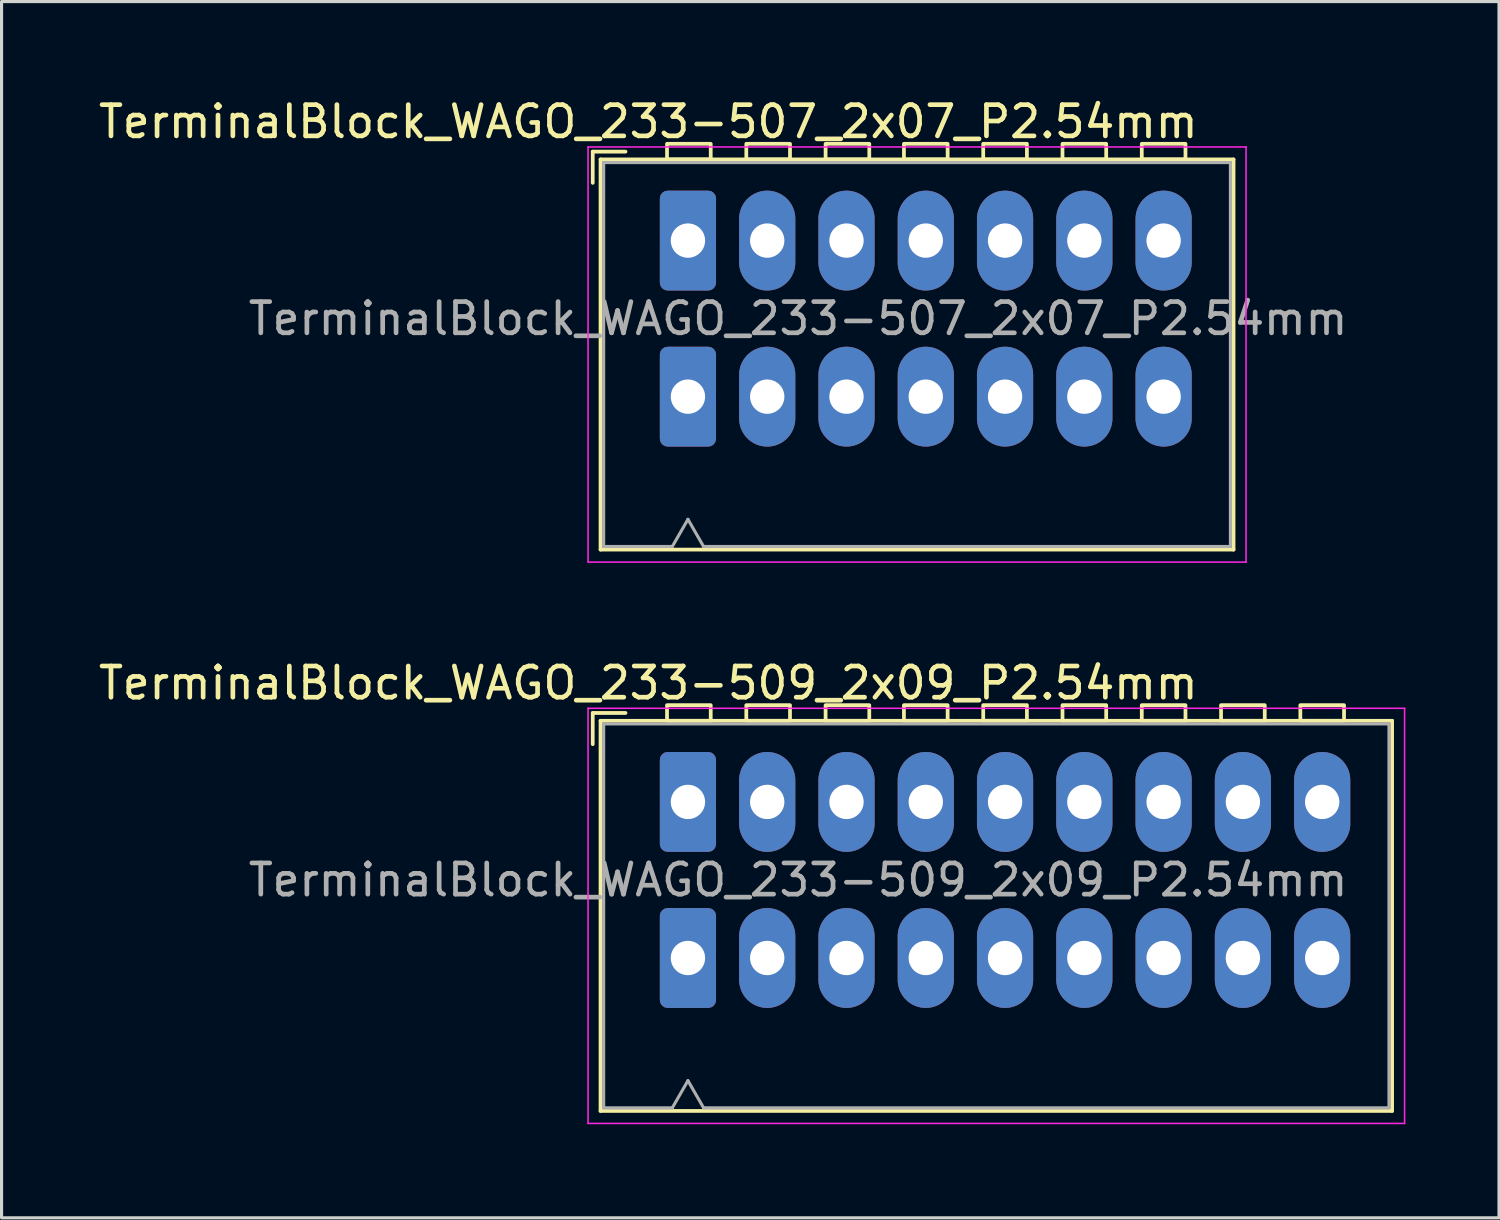
<source format=kicad_pcb>
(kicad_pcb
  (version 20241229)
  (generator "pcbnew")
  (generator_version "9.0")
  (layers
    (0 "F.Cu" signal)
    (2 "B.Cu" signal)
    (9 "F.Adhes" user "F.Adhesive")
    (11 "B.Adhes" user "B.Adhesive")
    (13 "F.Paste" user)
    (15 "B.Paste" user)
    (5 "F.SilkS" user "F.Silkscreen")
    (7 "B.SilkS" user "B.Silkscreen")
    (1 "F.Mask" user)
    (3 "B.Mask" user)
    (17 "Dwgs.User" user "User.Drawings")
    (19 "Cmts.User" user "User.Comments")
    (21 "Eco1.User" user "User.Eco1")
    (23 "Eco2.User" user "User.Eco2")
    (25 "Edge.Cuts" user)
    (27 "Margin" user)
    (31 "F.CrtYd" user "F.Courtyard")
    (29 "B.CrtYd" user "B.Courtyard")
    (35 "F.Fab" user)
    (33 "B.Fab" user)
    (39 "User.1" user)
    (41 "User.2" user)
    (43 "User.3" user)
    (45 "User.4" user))
  (footprint "TerminalBlock_WAGO_233-507_2x07_P2.54mm"
    (layer "F.Cu")
    (at 18.99 4.658)
    (property "Reference" "TerminalBlock_WAGO_233-507_2x07_P2.54mm" (at -1.27 -3.81 0) (layer "F.SilkS") (effects (font (size 1 1) (thickness 0.15))))
    (attr through_hole)
    (fp_line (start -3.05 -2.85) (end -3.05 -1.85) (stroke (width 0.12) (type default)) (layer "F.SilkS"))
    (fp_line (start -3.05 -2.85) (end -2 -2.85) (stroke (width 0.12) (type default)) (layer "F.SilkS"))
    (fp_line (start -2.8 -2.6) (end 17.48 -2.6) (stroke (width 0.12) (type solid)) (layer "F.SilkS"))
    (fp_line (start -2.8 9.9) (end -2.8 -2.6) (stroke (width 0.12) (type solid)) (layer "F.SilkS"))
    (fp_line (start 17.48 -2.6) (end 17.48 9.9) (stroke (width 0.12) (type solid)) (layer "F.SilkS"))
    (fp_line (start 17.48 9.9) (end -2.8 9.9) (stroke (width 0.12) (type solid)) (layer "F.SilkS"))
    (fp_rect (start -0.67 -3.1) (end 0.73 -2.6) (stroke (width 0.12) (type default)) (fill no) (layer "F.SilkS"))
    (fp_rect (start 1.87 -3.1) (end 3.27 -2.6) (stroke (width 0.12) (type default)) (fill no) (layer "F.SilkS"))
    (fp_rect (start 4.41 -3.1) (end 5.81 -2.6) (stroke (width 0.12) (type default)) (fill no) (layer "F.SilkS"))
    (fp_rect (start 6.92 -3.1) (end 8.32 -2.6) (stroke (width 0.12) (type default)) (fill no) (layer "F.SilkS"))
    (fp_rect (start 9.46 -3.101) (end 10.86 -2.601) (stroke (width 0.12) (type default)) (fill no) (layer "F.SilkS"))
    (fp_rect (start 12 -3.101) (end 13.4 -2.601) (stroke (width 0.12) (type default)) (fill no) (layer "F.SilkS"))
    (fp_rect (start 14.54 -3.1) (end 15.94 -2.6) (stroke (width 0.12) (type default)) (fill no) (layer "F.SilkS"))
    (fp_line (start -3.2 -3) (end 17.88 -3) (stroke (width 0.05) (type solid)) (layer "F.CrtYd"))
    (fp_line (start -3.2 10.3) (end -3.2 -3) (stroke (width 0.05) (type solid)) (layer "F.CrtYd"))
    (fp_line (start 17.88 -3) (end 17.88 10.3) (stroke (width 0.05) (type solid)) (layer "F.CrtYd"))
    (fp_line (start 17.88 10.3) (end -3.2 10.3) (stroke (width 0.05) (type solid)) (layer "F.CrtYd"))
    (fp_line (start -2.7 -2.5) (end 17.38 -2.5) (stroke (width 0.1) (type default)) (layer "F.Fab"))
    (fp_line (start -2.7 9.8) (end -2.7 -2.5) (stroke (width 0.1) (type default)) (layer "F.Fab"))
    (fp_line (start -2.7 9.8) (end -0.5 9.8) (stroke (width 0.1) (type default)) (layer "F.Fab"))
    (fp_line (start 0 8.93) (end -0.5 9.8) (stroke (width 0.1) (type default)) (layer "F.Fab"))
    (fp_line (start 0.5 9.8) (end 0 8.93) (stroke (width 0.1) (type default)) (layer "F.Fab"))
    (fp_line (start 0.5 9.8) (end 17.38 9.8) (stroke (width 0.1) (type default)) (layer "F.Fab"))
    (fp_line (start 17.38 -2.5) (end 17.38 9.8) (stroke (width 0.1) (type default)) (layer "F.Fab"))
    (fp_text user "${REFERENCE}" (at 3.53 2.5 0) (layer "F.Fab") (effects (font (size 1 1) (thickness 0.15))))
    (pad "1" thru_hole roundrect (at 0 0) (size 1.8 3.2) (drill 1.1) (layers "*.Cu" "*.Mask") (roundrect_rratio 0.139))
    (pad "1" thru_hole roundrect (at 0 5) (size 1.8 3.2) (drill 1.1) (layers "*.Cu" "*.Mask") (roundrect_rratio 0.139))
    (pad "2" thru_hole oval (at 2.54 0) (size 1.8 3.2) (drill 1.1) (layers "*.Cu" "*.Mask"))
    (pad "2" thru_hole oval (at 2.54 5) (size 1.8 3.2) (drill 1.1) (layers "*.Cu" "*.Mask"))
    (pad "3" thru_hole oval (at 5.08 0) (size 1.8 3.2) (drill 1.1) (layers "*.Cu" "*.Mask"))
    (pad "3" thru_hole oval (at 5.08 5) (size 1.8 3.2) (drill 1.1) (layers "*.Cu" "*.Mask"))
    (pad "4" thru_hole oval (at 7.62 0) (size 1.8 3.2) (drill 1.1) (layers "*.Cu" "*.Mask"))
    (pad "4" thru_hole oval (at 7.62 5) (size 1.8 3.2) (drill 1.1) (layers "*.Cu" "*.Mask"))
    (pad "5" thru_hole oval (at 10.16 0) (size 1.8 3.2) (drill 1.1) (layers "*.Cu" "*.Mask"))
    (pad "5" thru_hole oval (at 10.16 5) (size 1.8 3.2) (drill 1.1) (layers "*.Cu" "*.Mask"))
    (pad "6" thru_hole oval (at 12.7 0) (size 1.8 3.2) (drill 1.1) (layers "*.Cu" "*.Mask"))
    (pad "6" thru_hole oval (at 12.7 5) (size 1.8 3.2) (drill 1.1) (layers "*.Cu" "*.Mask"))
    (pad "7" thru_hole oval (at 15.24 0) (size 1.8 3.2) (drill 1.1) (layers "*.Cu" "*.Mask"))
    (pad "7" thru_hole oval (at 15.24 5) (size 1.8 3.2) (drill 1.1) (layers "*.Cu" "*.Mask")))
  (footprint "TerminalBlock_WAGO_233-509_2x09_P2.54mm"
    (layer "F.Cu")
    (at 18.99 22.642)
    (property "Reference" "TerminalBlock_WAGO_233-509_2x09_P2.54mm" (at -1.27 -3.81 0) (layer "F.SilkS") (effects (font (size 1 1) (thickness 0.15))))
    (attr through_hole)
    (fp_line (start -3.05 -2.85) (end -3.05 -1.85) (stroke (width 0.12) (type default)) (layer "F.SilkS"))
    (fp_line (start -3.05 -2.85) (end -2 -2.85) (stroke (width 0.12) (type default)) (layer "F.SilkS"))
    (fp_line (start -2.8 -2.6) (end 22.56 -2.6) (stroke (width 0.12) (type solid)) (layer "F.SilkS"))
    (fp_line (start -2.8 9.9) (end -2.8 -2.6) (stroke (width 0.12) (type solid)) (layer "F.SilkS"))
    (fp_line (start 22.56 -2.6) (end 22.56 9.9) (stroke (width 0.12) (type solid)) (layer "F.SilkS"))
    (fp_line (start 22.56 9.9) (end -2.8 9.9) (stroke (width 0.12) (type solid)) (layer "F.SilkS"))
    (fp_rect (start -0.67 -3.1) (end 0.73 -2.6) (stroke (width 0.12) (type default)) (fill no) (layer "F.SilkS"))
    (fp_rect (start 1.87 -3.1) (end 3.27 -2.6) (stroke (width 0.12) (type default)) (fill no) (layer "F.SilkS"))
    (fp_rect (start 4.41 -3.1) (end 5.81 -2.6) (stroke (width 0.12) (type default)) (fill no) (layer "F.SilkS"))
    (fp_rect (start 6.92 -3.1) (end 8.32 -2.6) (stroke (width 0.12) (type default)) (fill no) (layer "F.SilkS"))
    (fp_rect (start 9.46 -3.101) (end 10.86 -2.601) (stroke (width 0.12) (type default)) (fill no) (layer "F.SilkS"))
    (fp_rect (start 12 -3.101) (end 13.4 -2.601) (stroke (width 0.12) (type default)) (fill no) (layer "F.SilkS"))
    (fp_rect (start 14.54 -3.1) (end 15.94 -2.6) (stroke (width 0.12) (type default)) (fill no) (layer "F.SilkS"))
    (fp_rect (start 17.08 -3.1) (end 18.48 -2.6) (stroke (width 0.12) (type default)) (fill no) (layer "F.SilkS"))
    (fp_rect (start 19.62 -3.1) (end 21.02 -2.6) (stroke (width 0.12) (type default)) (fill no) (layer "F.SilkS"))
    (fp_line (start -3.2 -3) (end 22.96 -3) (stroke (width 0.05) (type solid)) (layer "F.CrtYd"))
    (fp_line (start -3.2 10.3) (end -3.2 -3) (stroke (width 0.05) (type solid)) (layer "F.CrtYd"))
    (fp_line (start 22.96 -3) (end 22.96 10.3) (stroke (width 0.05) (type solid)) (layer "F.CrtYd"))
    (fp_line (start 22.96 10.3) (end -3.2 10.3) (stroke (width 0.05) (type solid)) (layer "F.CrtYd"))
    (fp_line (start -2.7 -2.5) (end 22.46 -2.5) (stroke (width 0.1) (type default)) (layer "F.Fab"))
    (fp_line (start -2.7 9.8) (end -2.7 -2.5) (stroke (width 0.1) (type default)) (layer "F.Fab"))
    (fp_line (start -2.7 9.8) (end -0.5 9.8) (stroke (width 0.1) (type default)) (layer "F.Fab"))
    (fp_line (start 0 8.93) (end -0.5 9.8) (stroke (width 0.1) (type default)) (layer "F.Fab"))
    (fp_line (start 0.5 9.8) (end 0 8.93) (stroke (width 0.1) (type default)) (layer "F.Fab"))
    (fp_line (start 0.5 9.8) (end 22.46 9.8) (stroke (width 0.1) (type default)) (layer "F.Fab"))
    (fp_line (start 22.46 -2.5) (end 22.46 9.8) (stroke (width 0.1) (type default)) (layer "F.Fab"))
    (fp_text user "${REFERENCE}" (at 3.53 2.5 0) (layer "F.Fab") (effects (font (size 1 1) (thickness 0.15))))
    (pad "1" thru_hole roundrect (at 0 0) (size 1.8 3.2) (drill 1.1) (layers "*.Cu" "*.Mask") (roundrect_rratio 0.139))
    (pad "1" thru_hole roundrect (at 0 5) (size 1.8 3.2) (drill 1.1) (layers "*.Cu" "*.Mask") (roundrect_rratio 0.139))
    (pad "2" thru_hole oval (at 2.54 0) (size 1.8 3.2) (drill 1.1) (layers "*.Cu" "*.Mask"))
    (pad "2" thru_hole oval (at 2.54 5) (size 1.8 3.2) (drill 1.1) (layers "*.Cu" "*.Mask"))
    (pad "3" thru_hole oval (at 5.08 0) (size 1.8 3.2) (drill 1.1) (layers "*.Cu" "*.Mask"))
    (pad "3" thru_hole oval (at 5.08 5) (size 1.8 3.2) (drill 1.1) (layers "*.Cu" "*.Mask"))
    (pad "4" thru_hole oval (at 7.62 0) (size 1.8 3.2) (drill 1.1) (layers "*.Cu" "*.Mask"))
    (pad "4" thru_hole oval (at 7.62 5) (size 1.8 3.2) (drill 1.1) (layers "*.Cu" "*.Mask"))
    (pad "5" thru_hole oval (at 10.16 0) (size 1.8 3.2) (drill 1.1) (layers "*.Cu" "*.Mask"))
    (pad "5" thru_hole oval (at 10.16 5) (size 1.8 3.2) (drill 1.1) (layers "*.Cu" "*.Mask"))
    (pad "6" thru_hole oval (at 12.7 0) (size 1.8 3.2) (drill 1.1) (layers "*.Cu" "*.Mask"))
    (pad "6" thru_hole oval (at 12.7 5) (size 1.8 3.2) (drill 1.1) (layers "*.Cu" "*.Mask"))
    (pad "7" thru_hole oval (at 15.24 0) (size 1.8 3.2) (drill 1.1) (layers "*.Cu" "*.Mask"))
    (pad "7" thru_hole oval (at 15.24 5) (size 1.8 3.2) (drill 1.1) (layers "*.Cu" "*.Mask"))
    (pad "8" thru_hole oval (at 17.78 0) (size 1.8 3.2) (drill 1.1) (layers "*.Cu" "*.Mask"))
    (pad "8" thru_hole oval (at 17.78 5) (size 1.8 3.2) (drill 1.1) (layers "*.Cu" "*.Mask"))
    (pad "9" thru_hole oval (at 20.32 0) (size 1.8 3.2) (drill 1.1) (layers "*.Cu" "*.Mask"))
    (pad "9" thru_hole oval (at 20.32 5) (size 1.8 3.2) (drill 1.1) (layers "*.Cu" "*.Mask")))
  (gr_rect
    (start -3 -3)
    (end 44.975 35.967)
    (stroke (width 0.1) (type default))
    (fill no)
    (layer "Edge.Cuts")))
</source>
